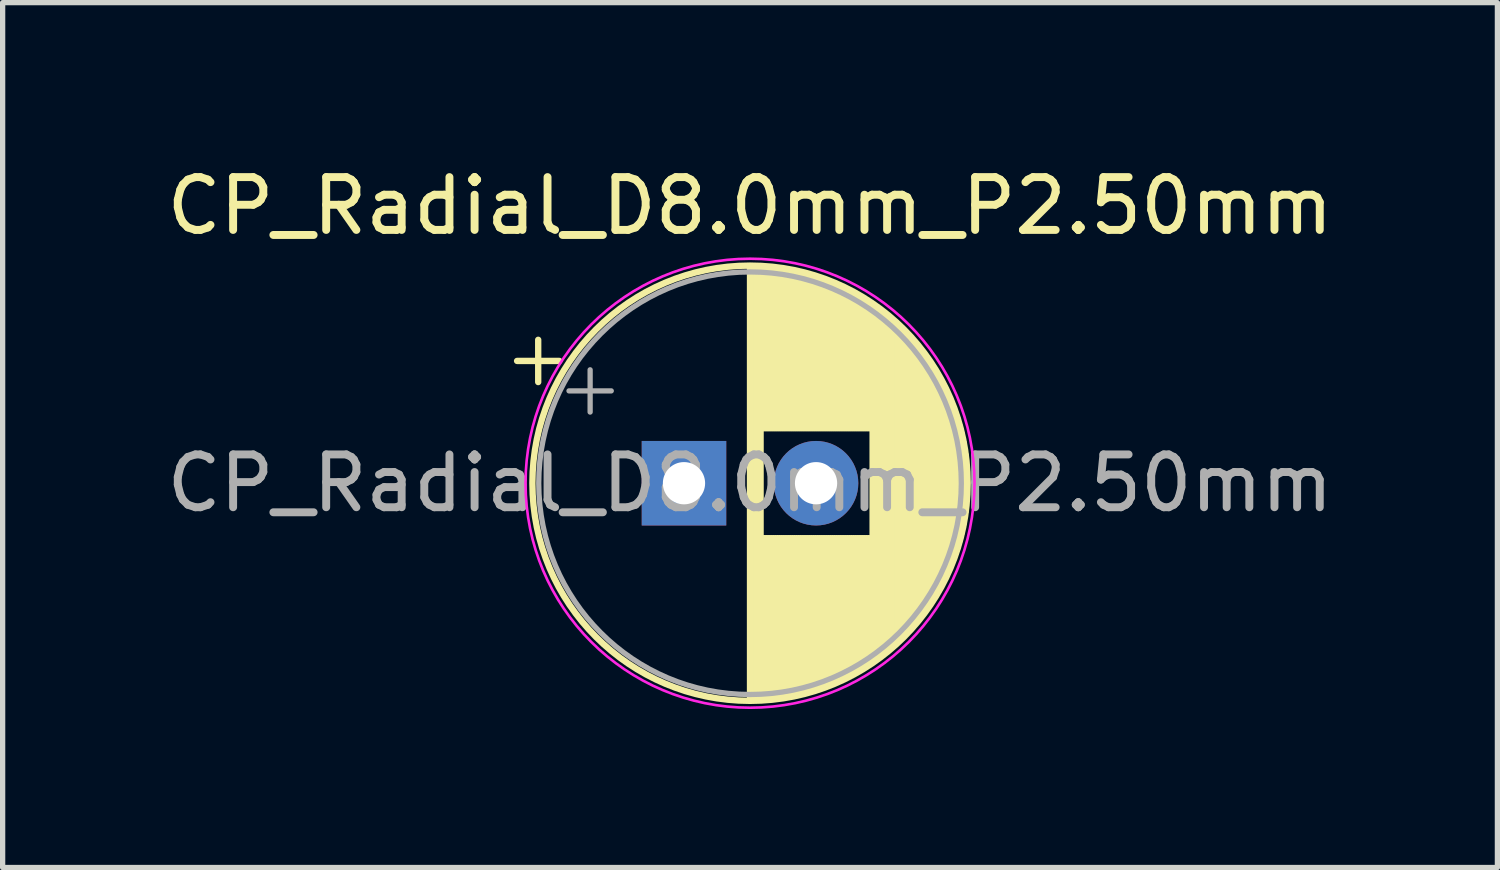
<source format=kicad_pcb>
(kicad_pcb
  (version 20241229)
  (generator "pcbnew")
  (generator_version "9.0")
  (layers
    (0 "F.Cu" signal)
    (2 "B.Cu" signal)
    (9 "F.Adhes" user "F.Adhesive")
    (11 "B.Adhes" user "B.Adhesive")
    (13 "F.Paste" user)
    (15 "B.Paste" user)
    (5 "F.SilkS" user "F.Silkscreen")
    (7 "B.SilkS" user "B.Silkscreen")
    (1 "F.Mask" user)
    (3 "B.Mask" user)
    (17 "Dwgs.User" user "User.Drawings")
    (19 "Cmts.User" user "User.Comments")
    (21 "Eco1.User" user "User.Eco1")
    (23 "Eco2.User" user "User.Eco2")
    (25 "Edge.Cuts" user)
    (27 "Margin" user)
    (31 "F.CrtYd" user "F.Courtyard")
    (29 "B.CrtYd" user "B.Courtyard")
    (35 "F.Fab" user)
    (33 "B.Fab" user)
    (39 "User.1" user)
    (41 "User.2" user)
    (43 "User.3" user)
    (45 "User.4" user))
  (footprint "CP_Radial_D8.0mm_P2.50mm"
    (layer "F.Cu")
    (at 11.149 6.098)
    (property "Reference" "CP_Radial_D8.0mm_P2.50mm" (at 0 -5.25 0) (layer "F.SilkS") (effects (font (size 1 1) (thickness 0.15))))
    (attr through_hole)
    (fp_line (start -4.41 -2.315) (end -3.61 -2.315) (stroke (width 0.12) (type solid)) (layer "F.SilkS"))
    (fp_line (start -4.01 -2.715) (end -4.01 -1.915) (stroke (width 0.12) (type solid)) (layer "F.SilkS"))
    (fp_line (start 0 -4.08) (end 0 4.08) (stroke (width 0.12) (type solid)) (layer "F.SilkS"))
    (fp_line (start 0.04 -4.08) (end 0.04 4.08) (stroke (width 0.12) (type solid)) (layer "F.SilkS"))
    (fp_line (start 0.08 -4.08) (end 0.08 4.08) (stroke (width 0.12) (type solid)) (layer "F.SilkS"))
    (fp_line (start 0.12 -4.079) (end 0.12 4.079) (stroke (width 0.12) (type solid)) (layer "F.SilkS"))
    (fp_line (start 0.16 -4.077) (end 0.16 4.077) (stroke (width 0.12) (type solid)) (layer "F.SilkS"))
    (fp_line (start 0.2 -4.076) (end 0.2 4.076) (stroke (width 0.12) (type solid)) (layer "F.SilkS"))
    (fp_line (start 0.24 -4.074) (end 0.24 -1.04) (stroke (width 0.12) (type solid)) (layer "F.SilkS"))
    (fp_line (start 0.24 1.04) (end 0.24 4.074) (stroke (width 0.12) (type solid)) (layer "F.SilkS"))
    (fp_line (start 0.28 -4.071) (end 0.28 -1.04) (stroke (width 0.12) (type solid)) (layer "F.SilkS"))
    (fp_line (start 0.28 1.04) (end 0.28 4.071) (stroke (width 0.12) (type solid)) (layer "F.SilkS"))
    (fp_line (start 0.32 -4.068) (end 0.32 -1.04) (stroke (width 0.12) (type solid)) (layer "F.SilkS"))
    (fp_line (start 0.32 1.04) (end 0.32 4.068) (stroke (width 0.12) (type solid)) (layer "F.SilkS"))
    (fp_line (start 0.36 -4.065) (end 0.36 -1.04) (stroke (width 0.12) (type solid)) (layer "F.SilkS"))
    (fp_line (start 0.36 1.04) (end 0.36 4.065) (stroke (width 0.12) (type solid)) (layer "F.SilkS"))
    (fp_line (start 0.4 -4.061) (end 0.4 -1.04) (stroke (width 0.12) (type solid)) (layer "F.SilkS"))
    (fp_line (start 0.4 1.04) (end 0.4 4.061) (stroke (width 0.12) (type solid)) (layer "F.SilkS"))
    (fp_line (start 0.44 -4.057) (end 0.44 -1.04) (stroke (width 0.12) (type solid)) (layer "F.SilkS"))
    (fp_line (start 0.44 1.04) (end 0.44 4.057) (stroke (width 0.12) (type solid)) (layer "F.SilkS"))
    (fp_line (start 0.48 -4.052) (end 0.48 -1.04) (stroke (width 0.12) (type solid)) (layer "F.SilkS"))
    (fp_line (start 0.48 1.04) (end 0.48 4.052) (stroke (width 0.12) (type solid)) (layer "F.SilkS"))
    (fp_line (start 0.52 -4.048) (end 0.52 -1.04) (stroke (width 0.12) (type solid)) (layer "F.SilkS"))
    (fp_line (start 0.52 1.04) (end 0.52 4.048) (stroke (width 0.12) (type solid)) (layer "F.SilkS"))
    (fp_line (start 0.56 -4.042) (end 0.56 -1.04) (stroke (width 0.12) (type solid)) (layer "F.SilkS"))
    (fp_line (start 0.56 1.04) (end 0.56 4.042) (stroke (width 0.12) (type solid)) (layer "F.SilkS"))
    (fp_line (start 0.6 -4.037) (end 0.6 -1.04) (stroke (width 0.12) (type solid)) (layer "F.SilkS"))
    (fp_line (start 0.6 1.04) (end 0.6 4.037) (stroke (width 0.12) (type solid)) (layer "F.SilkS"))
    (fp_line (start 0.64 -4.03) (end 0.64 -1.04) (stroke (width 0.12) (type solid)) (layer "F.SilkS"))
    (fp_line (start 0.64 1.04) (end 0.64 4.03) (stroke (width 0.12) (type solid)) (layer "F.SilkS"))
    (fp_line (start 0.68 -4.024) (end 0.68 -1.04) (stroke (width 0.12) (type solid)) (layer "F.SilkS"))
    (fp_line (start 0.68 1.04) (end 0.68 4.024) (stroke (width 0.12) (type solid)) (layer "F.SilkS"))
    (fp_line (start 0.721 -4.017) (end 0.721 -1.04) (stroke (width 0.12) (type solid)) (layer "F.SilkS"))
    (fp_line (start 0.721 1.04) (end 0.721 4.017) (stroke (width 0.12) (type solid)) (layer "F.SilkS"))
    (fp_line (start 0.761 -4.01) (end 0.761 -1.04) (stroke (width 0.12) (type solid)) (layer "F.SilkS"))
    (fp_line (start 0.761 1.04) (end 0.761 4.01) (stroke (width 0.12) (type solid)) (layer "F.SilkS"))
    (fp_line (start 0.801 -4.002) (end 0.801 -1.04) (stroke (width 0.12) (type solid)) (layer "F.SilkS"))
    (fp_line (start 0.801 1.04) (end 0.801 4.002) (stroke (width 0.12) (type solid)) (layer "F.SilkS"))
    (fp_line (start 0.841 -3.994) (end 0.841 -1.04) (stroke (width 0.12) (type solid)) (layer "F.SilkS"))
    (fp_line (start 0.841 1.04) (end 0.841 3.994) (stroke (width 0.12) (type solid)) (layer "F.SilkS"))
    (fp_line (start 0.881 -3.985) (end 0.881 -1.04) (stroke (width 0.12) (type solid)) (layer "F.SilkS"))
    (fp_line (start 0.881 1.04) (end 0.881 3.985) (stroke (width 0.12) (type solid)) (layer "F.SilkS"))
    (fp_line (start 0.921 -3.976) (end 0.921 -1.04) (stroke (width 0.12) (type solid)) (layer "F.SilkS"))
    (fp_line (start 0.921 1.04) (end 0.921 3.976) (stroke (width 0.12) (type solid)) (layer "F.SilkS"))
    (fp_line (start 0.961 -3.967) (end 0.961 -1.04) (stroke (width 0.12) (type solid)) (layer "F.SilkS"))
    (fp_line (start 0.961 1.04) (end 0.961 3.967) (stroke (width 0.12) (type solid)) (layer "F.SilkS"))
    (fp_line (start 1.001 -3.957) (end 1.001 -1.04) (stroke (width 0.12) (type solid)) (layer "F.SilkS"))
    (fp_line (start 1.001 1.04) (end 1.001 3.957) (stroke (width 0.12) (type solid)) (layer "F.SilkS"))
    (fp_line (start 1.041 -3.947) (end 1.041 -1.04) (stroke (width 0.12) (type solid)) (layer "F.SilkS"))
    (fp_line (start 1.041 1.04) (end 1.041 3.947) (stroke (width 0.12) (type solid)) (layer "F.SilkS"))
    (fp_line (start 1.081 -3.936) (end 1.081 -1.04) (stroke (width 0.12) (type solid)) (layer "F.SilkS"))
    (fp_line (start 1.081 1.04) (end 1.081 3.936) (stroke (width 0.12) (type solid)) (layer "F.SilkS"))
    (fp_line (start 1.121 -3.925) (end 1.121 -1.04) (stroke (width 0.12) (type solid)) (layer "F.SilkS"))
    (fp_line (start 1.121 1.04) (end 1.121 3.925) (stroke (width 0.12) (type solid)) (layer "F.SilkS"))
    (fp_line (start 1.161 -3.914) (end 1.161 -1.04) (stroke (width 0.12) (type solid)) (layer "F.SilkS"))
    (fp_line (start 1.161 1.04) (end 1.161 3.914) (stroke (width 0.12) (type solid)) (layer "F.SilkS"))
    (fp_line (start 1.201 -3.902) (end 1.201 -1.04) (stroke (width 0.12) (type solid)) (layer "F.SilkS"))
    (fp_line (start 1.201 1.04) (end 1.201 3.902) (stroke (width 0.12) (type solid)) (layer "F.SilkS"))
    (fp_line (start 1.241 -3.889) (end 1.241 -1.04) (stroke (width 0.12) (type solid)) (layer "F.SilkS"))
    (fp_line (start 1.241 1.04) (end 1.241 3.889) (stroke (width 0.12) (type solid)) (layer "F.SilkS"))
    (fp_line (start 1.281 -3.877) (end 1.281 -1.04) (stroke (width 0.12) (type solid)) (layer "F.SilkS"))
    (fp_line (start 1.281 1.04) (end 1.281 3.877) (stroke (width 0.12) (type solid)) (layer "F.SilkS"))
    (fp_line (start 1.321 -3.863) (end 1.321 -1.04) (stroke (width 0.12) (type solid)) (layer "F.SilkS"))
    (fp_line (start 1.321 1.04) (end 1.321 3.863) (stroke (width 0.12) (type solid)) (layer "F.SilkS"))
    (fp_line (start 1.361 -3.85) (end 1.361 -1.04) (stroke (width 0.12) (type solid)) (layer "F.SilkS"))
    (fp_line (start 1.361 1.04) (end 1.361 3.85) (stroke (width 0.12) (type solid)) (layer "F.SilkS"))
    (fp_line (start 1.401 -3.835) (end 1.401 -1.04) (stroke (width 0.12) (type solid)) (layer "F.SilkS"))
    (fp_line (start 1.401 1.04) (end 1.401 3.835) (stroke (width 0.12) (type solid)) (layer "F.SilkS"))
    (fp_line (start 1.441 -3.821) (end 1.441 -1.04) (stroke (width 0.12) (type solid)) (layer "F.SilkS"))
    (fp_line (start 1.441 1.04) (end 1.441 3.821) (stroke (width 0.12) (type solid)) (layer "F.SilkS"))
    (fp_line (start 1.481 -3.805) (end 1.481 -1.04) (stroke (width 0.12) (type solid)) (layer "F.SilkS"))
    (fp_line (start 1.481 1.04) (end 1.481 3.805) (stroke (width 0.12) (type solid)) (layer "F.SilkS"))
    (fp_line (start 1.521 -3.79) (end 1.521 -1.04) (stroke (width 0.12) (type solid)) (layer "F.SilkS"))
    (fp_line (start 1.521 1.04) (end 1.521 3.79) (stroke (width 0.12) (type solid)) (layer "F.SilkS"))
    (fp_line (start 1.561 -3.774) (end 1.561 -1.04) (stroke (width 0.12) (type solid)) (layer "F.SilkS"))
    (fp_line (start 1.561 1.04) (end 1.561 3.774) (stroke (width 0.12) (type solid)) (layer "F.SilkS"))
    (fp_line (start 1.601 -3.757) (end 1.601 -1.04) (stroke (width 0.12) (type solid)) (layer "F.SilkS"))
    (fp_line (start 1.601 1.04) (end 1.601 3.757) (stroke (width 0.12) (type solid)) (layer "F.SilkS"))
    (fp_line (start 1.641 -3.74) (end 1.641 -1.04) (stroke (width 0.12) (type solid)) (layer "F.SilkS"))
    (fp_line (start 1.641 1.04) (end 1.641 3.74) (stroke (width 0.12) (type solid)) (layer "F.SilkS"))
    (fp_line (start 1.681 -3.722) (end 1.681 -1.04) (stroke (width 0.12) (type solid)) (layer "F.SilkS"))
    (fp_line (start 1.681 1.04) (end 1.681 3.722) (stroke (width 0.12) (type solid)) (layer "F.SilkS"))
    (fp_line (start 1.721 -3.704) (end 1.721 -1.04) (stroke (width 0.12) (type solid)) (layer "F.SilkS"))
    (fp_line (start 1.721 1.04) (end 1.721 3.704) (stroke (width 0.12) (type solid)) (layer "F.SilkS"))
    (fp_line (start 1.761 -3.686) (end 1.761 -1.04) (stroke (width 0.12) (type solid)) (layer "F.SilkS"))
    (fp_line (start 1.761 1.04) (end 1.761 3.686) (stroke (width 0.12) (type solid)) (layer "F.SilkS"))
    (fp_line (start 1.801 -3.666) (end 1.801 -1.04) (stroke (width 0.12) (type solid)) (layer "F.SilkS"))
    (fp_line (start 1.801 1.04) (end 1.801 3.666) (stroke (width 0.12) (type solid)) (layer "F.SilkS"))
    (fp_line (start 1.841 -3.647) (end 1.841 -1.04) (stroke (width 0.12) (type solid)) (layer "F.SilkS"))
    (fp_line (start 1.841 1.04) (end 1.841 3.647) (stroke (width 0.12) (type solid)) (layer "F.SilkS"))
    (fp_line (start 1.881 -3.627) (end 1.881 -1.04) (stroke (width 0.12) (type solid)) (layer "F.SilkS"))
    (fp_line (start 1.881 1.04) (end 1.881 3.627) (stroke (width 0.12) (type solid)) (layer "F.SilkS"))
    (fp_line (start 1.921 -3.606) (end 1.921 -1.04) (stroke (width 0.12) (type solid)) (layer "F.SilkS"))
    (fp_line (start 1.921 1.04) (end 1.921 3.606) (stroke (width 0.12) (type solid)) (layer "F.SilkS"))
    (fp_line (start 1.961 -3.584) (end 1.961 -1.04) (stroke (width 0.12) (type solid)) (layer "F.SilkS"))
    (fp_line (start 1.961 1.04) (end 1.961 3.584) (stroke (width 0.12) (type solid)) (layer "F.SilkS"))
    (fp_line (start 2.001 -3.562) (end 2.001 -1.04) (stroke (width 0.12) (type solid)) (layer "F.SilkS"))
    (fp_line (start 2.001 1.04) (end 2.001 3.562) (stroke (width 0.12) (type solid)) (layer "F.SilkS"))
    (fp_line (start 2.041 -3.54) (end 2.041 -1.04) (stroke (width 0.12) (type solid)) (layer "F.SilkS"))
    (fp_line (start 2.041 1.04) (end 2.041 3.54) (stroke (width 0.12) (type solid)) (layer "F.SilkS"))
    (fp_line (start 2.081 -3.517) (end 2.081 -1.04) (stroke (width 0.12) (type solid)) (layer "F.SilkS"))
    (fp_line (start 2.081 1.04) (end 2.081 3.517) (stroke (width 0.12) (type solid)) (layer "F.SilkS"))
    (fp_line (start 2.121 -3.493) (end 2.121 -1.04) (stroke (width 0.12) (type solid)) (layer "F.SilkS"))
    (fp_line (start 2.121 1.04) (end 2.121 3.493) (stroke (width 0.12) (type solid)) (layer "F.SilkS"))
    (fp_line (start 2.161 -3.469) (end 2.161 -1.04) (stroke (width 0.12) (type solid)) (layer "F.SilkS"))
    (fp_line (start 2.161 1.04) (end 2.161 3.469) (stroke (width 0.12) (type solid)) (layer "F.SilkS"))
    (fp_line (start 2.201 -3.444) (end 2.201 -1.04) (stroke (width 0.12) (type solid)) (layer "F.SilkS"))
    (fp_line (start 2.201 1.04) (end 2.201 3.444) (stroke (width 0.12) (type solid)) (layer "F.SilkS"))
    (fp_line (start 2.241 -3.418) (end 2.241 -1.04) (stroke (width 0.12) (type solid)) (layer "F.SilkS"))
    (fp_line (start 2.241 1.04) (end 2.241 3.418) (stroke (width 0.12) (type solid)) (layer "F.SilkS"))
    (fp_line (start 2.281 -3.392) (end 2.281 -1.04) (stroke (width 0.12) (type solid)) (layer "F.SilkS"))
    (fp_line (start 2.281 1.04) (end 2.281 3.392) (stroke (width 0.12) (type solid)) (layer "F.SilkS"))
    (fp_line (start 2.321 -3.365) (end 2.321 3.365) (stroke (width 0.12) (type solid)) (layer "F.SilkS"))
    (fp_line (start 2.361 -3.338) (end 2.361 3.338) (stroke (width 0.12) (type solid)) (layer "F.SilkS"))
    (fp_line (start 2.401 -3.309) (end 2.401 3.309) (stroke (width 0.12) (type solid)) (layer "F.SilkS"))
    (fp_line (start 2.441 -3.28) (end 2.441 3.28) (stroke (width 0.12) (type solid)) (layer "F.SilkS"))
    (fp_line (start 2.481 -3.25) (end 2.481 3.25) (stroke (width 0.12) (type solid)) (layer "F.SilkS"))
    (fp_line (start 2.521 -3.22) (end 2.521 3.22) (stroke (width 0.12) (type solid)) (layer "F.SilkS"))
    (fp_line (start 2.561 -3.189) (end 2.561 3.189) (stroke (width 0.12) (type solid)) (layer "F.SilkS"))
    (fp_line (start 2.601 -3.156) (end 2.601 3.156) (stroke (width 0.12) (type solid)) (layer "F.SilkS"))
    (fp_line (start 2.641 -3.124) (end 2.641 3.124) (stroke (width 0.12) (type solid)) (layer "F.SilkS"))
    (fp_line (start 2.681 -3.09) (end 2.681 3.09) (stroke (width 0.12) (type solid)) (layer "F.SilkS"))
    (fp_line (start 2.721 -3.055) (end 2.721 3.055) (stroke (width 0.12) (type solid)) (layer "F.SilkS"))
    (fp_line (start 2.761 -3.019) (end 2.761 3.019) (stroke (width 0.12) (type solid)) (layer "F.SilkS"))
    (fp_line (start 2.801 -2.983) (end 2.801 2.983) (stroke (width 0.12) (type solid)) (layer "F.SilkS"))
    (fp_line (start 2.841 -2.945) (end 2.841 2.945) (stroke (width 0.12) (type solid)) (layer "F.SilkS"))
    (fp_line (start 2.881 -2.907) (end 2.881 2.907) (stroke (width 0.12) (type solid)) (layer "F.SilkS"))
    (fp_line (start 2.921 -2.867) (end 2.921 2.867) (stroke (width 0.12) (type solid)) (layer "F.SilkS"))
    (fp_line (start 2.961 -2.826) (end 2.961 2.826) (stroke (width 0.12) (type solid)) (layer "F.SilkS"))
    (fp_line (start 3.001 -2.784) (end 3.001 2.784) (stroke (width 0.12) (type solid)) (layer "F.SilkS"))
    (fp_line (start 3.041 -2.741) (end 3.041 2.741) (stroke (width 0.12) (type solid)) (layer "F.SilkS"))
    (fp_line (start 3.081 -2.697) (end 3.081 2.697) (stroke (width 0.12) (type solid)) (layer "F.SilkS"))
    (fp_line (start 3.121 -2.651) (end 3.121 2.651) (stroke (width 0.12) (type solid)) (layer "F.SilkS"))
    (fp_line (start 3.161 -2.604) (end 3.161 2.604) (stroke (width 0.12) (type solid)) (layer "F.SilkS"))
    (fp_line (start 3.201 -2.556) (end 3.201 2.556) (stroke (width 0.12) (type solid)) (layer "F.SilkS"))
    (fp_line (start 3.241 -2.505) (end 3.241 2.505) (stroke (width 0.12) (type solid)) (layer "F.SilkS"))
    (fp_line (start 3.281 -2.454) (end 3.281 2.454) (stroke (width 0.12) (type solid)) (layer "F.SilkS"))
    (fp_line (start 3.321 -2.4) (end 3.321 2.4) (stroke (width 0.12) (type solid)) (layer "F.SilkS"))
    (fp_line (start 3.361 -2.345) (end 3.361 2.345) (stroke (width 0.12) (type solid)) (layer "F.SilkS"))
    (fp_line (start 3.401 -2.287) (end 3.401 2.287) (stroke (width 0.12) (type solid)) (layer "F.SilkS"))
    (fp_line (start 3.441 -2.228) (end 3.441 2.228) (stroke (width 0.12) (type solid)) (layer "F.SilkS"))
    (fp_line (start 3.481 -2.166) (end 3.481 2.166) (stroke (width 0.12) (type solid)) (layer "F.SilkS"))
    (fp_line (start 3.521 -2.102) (end 3.521 2.102) (stroke (width 0.12) (type solid)) (layer "F.SilkS"))
    (fp_line (start 3.561 -2.034) (end 3.561 2.034) (stroke (width 0.12) (type solid)) (layer "F.SilkS"))
    (fp_line (start 3.601 -1.964) (end 3.601 1.964) (stroke (width 0.12) (type solid)) (layer "F.SilkS"))
    (fp_line (start 3.641 -1.89) (end 3.641 1.89) (stroke (width 0.12) (type solid)) (layer "F.SilkS"))
    (fp_line (start 3.681 -1.813) (end 3.681 1.813) (stroke (width 0.12) (type solid)) (layer "F.SilkS"))
    (fp_line (start 3.721 -1.731) (end 3.721 1.731) (stroke (width 0.12) (type solid)) (layer "F.SilkS"))
    (fp_line (start 3.761 -1.645) (end 3.761 1.645) (stroke (width 0.12) (type solid)) (layer "F.SilkS"))
    (fp_line (start 3.801 -1.552) (end 3.801 1.552) (stroke (width 0.12) (type solid)) (layer "F.SilkS"))
    (fp_line (start 3.841 -1.453) (end 3.841 1.453) (stroke (width 0.12) (type solid)) (layer "F.SilkS"))
    (fp_line (start 3.881 -1.346) (end 3.881 1.346) (stroke (width 0.12) (type solid)) (layer "F.SilkS"))
    (fp_line (start 3.921 -1.229) (end 3.921 1.229) (stroke (width 0.12) (type solid)) (layer "F.SilkS"))
    (fp_line (start 3.961 -1.098) (end 3.961 1.098) (stroke (width 0.12) (type solid)) (layer "F.SilkS"))
    (fp_line (start 4.001 -0.948) (end 4.001 0.948) (stroke (width 0.12) (type solid)) (layer "F.SilkS"))
    (fp_line (start 4.041 -0.768) (end 4.041 0.768) (stroke (width 0.12) (type solid)) (layer "F.SilkS"))
    (fp_line (start 4.081 -0.533) (end 4.081 0.533) (stroke (width 0.12) (type solid)) (layer "F.SilkS"))
    (fp_circle (center 0 0) (end 4.12 0) (stroke (width 0.12) (type solid)) (fill no) (layer "F.SilkS"))
    (fp_circle (center 0 0) (end 4.25 0) (stroke (width 0.05) (type solid)) (fill no) (layer "F.CrtYd"))
    (fp_line (start -3.427 -1.748) (end -2.627 -1.748) (stroke (width 0.1) (type solid)) (layer "F.Fab"))
    (fp_line (start -3.027 -2.147) (end -3.027 -1.347) (stroke (width 0.1) (type solid)) (layer "F.Fab"))
    (fp_circle (center 0 0) (end 4 0) (stroke (width 0.1) (type solid)) (fill no) (layer "F.Fab"))
    (fp_text user "${REFERENCE}" (at 0 0 0) (layer "F.Fab") (effects (font (size 1 1) (thickness 0.15))))
    (pad "1" thru_hole rect (at -1.25 0) (size 1.6 1.6) (drill 0.8) (layers "*.Cu" "*.Mask"))
    (pad "2" thru_hole circle (at 1.25 0) (size 1.6 1.6) (drill 0.8) (layers "*.Cu" "*.Mask")))
  (gr_rect
    (start -3 -3)
    (end 25.298 13.373)
    (stroke (width 0.1) (type default))
    (fill no)
    (layer "Edge.Cuts")))
</source>
